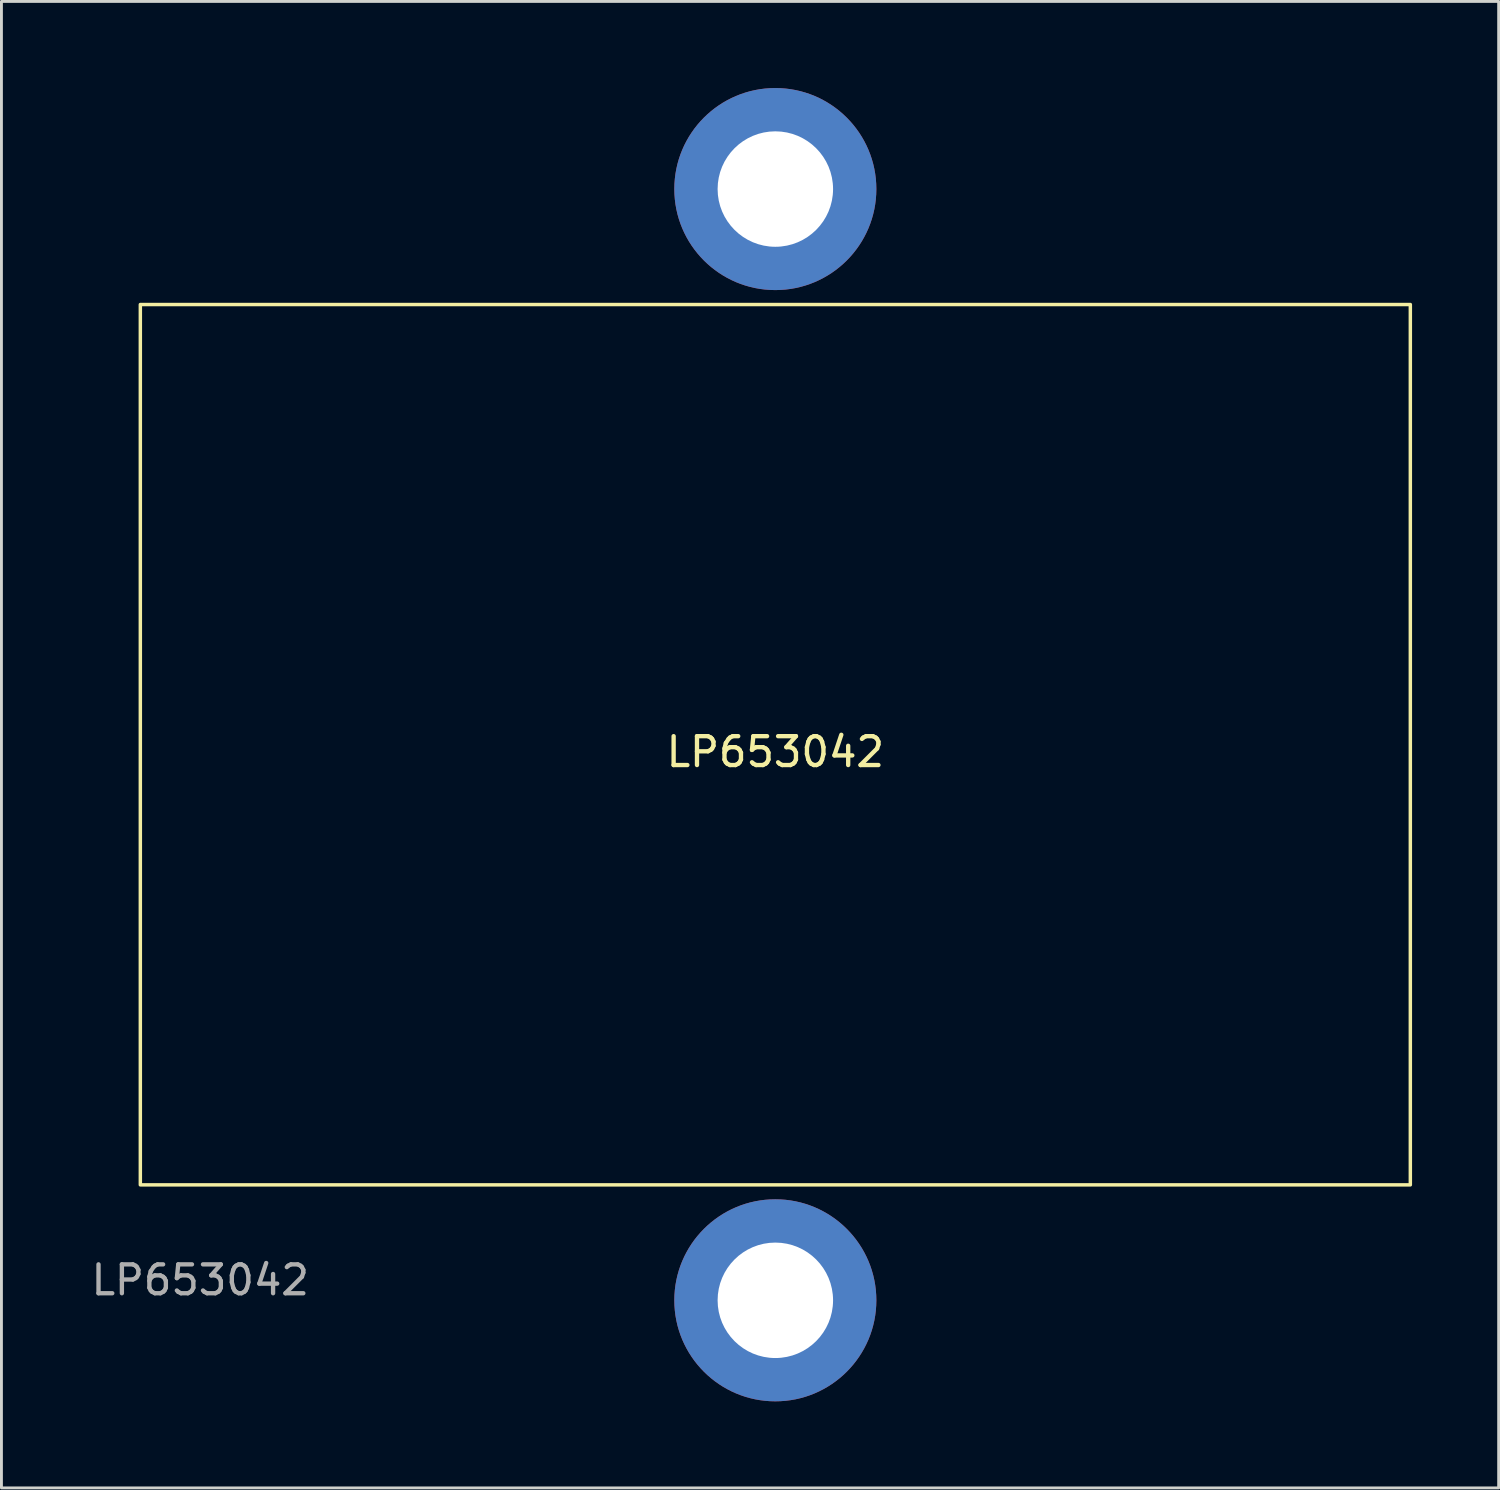
<source format=kicad_pcb>
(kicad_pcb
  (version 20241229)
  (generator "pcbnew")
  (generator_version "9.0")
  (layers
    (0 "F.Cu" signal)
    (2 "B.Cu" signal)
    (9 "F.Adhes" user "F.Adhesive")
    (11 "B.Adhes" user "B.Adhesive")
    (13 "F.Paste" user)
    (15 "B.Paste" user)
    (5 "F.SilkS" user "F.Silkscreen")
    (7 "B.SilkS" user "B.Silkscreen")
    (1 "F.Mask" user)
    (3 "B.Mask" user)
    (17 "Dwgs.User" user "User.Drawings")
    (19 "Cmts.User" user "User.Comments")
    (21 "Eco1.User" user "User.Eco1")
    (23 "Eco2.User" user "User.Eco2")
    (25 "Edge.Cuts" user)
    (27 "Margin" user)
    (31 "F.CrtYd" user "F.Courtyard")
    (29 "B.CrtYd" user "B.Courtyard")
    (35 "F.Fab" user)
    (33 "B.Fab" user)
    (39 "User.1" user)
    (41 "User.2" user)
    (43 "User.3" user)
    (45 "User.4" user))
  (footprint "LP653042"
    (layer "F.Cu")
    (at 1.812 7.5)
    (property "Reference" "LP653042" (at 22 15.5 0) (unlocked yes) (layer "F.SilkS") (effects (font (size 1 1) (thickness 0.15))))
    (attr smd)
    (fp_rect (start 0 0) (end 44 30.5) (stroke (width 0.12) (type solid)) (fill no) (layer "F.SilkS"))
    (fp_text user "${REFERENCE}" (at 2.075 33.8 0) (unlocked yes) (layer "F.Fab") (effects (font (size 1 1) (thickness 0.15))))
    (pad "1" thru_hole circle (at 22 -4) (size 7 7) (drill 4) (layers "*.Cu" "*.Mask"))
    (pad "2" thru_hole circle (at 22 34.5) (size 7 7) (drill 4) (layers "*.Cu" "*.Mask")))
  (gr_rect
    (start -3 -3)
    (end 48.872 48.5)
    (stroke (width 0.1) (type default))
    (fill no)
    (layer "Edge.Cuts")))
</source>
